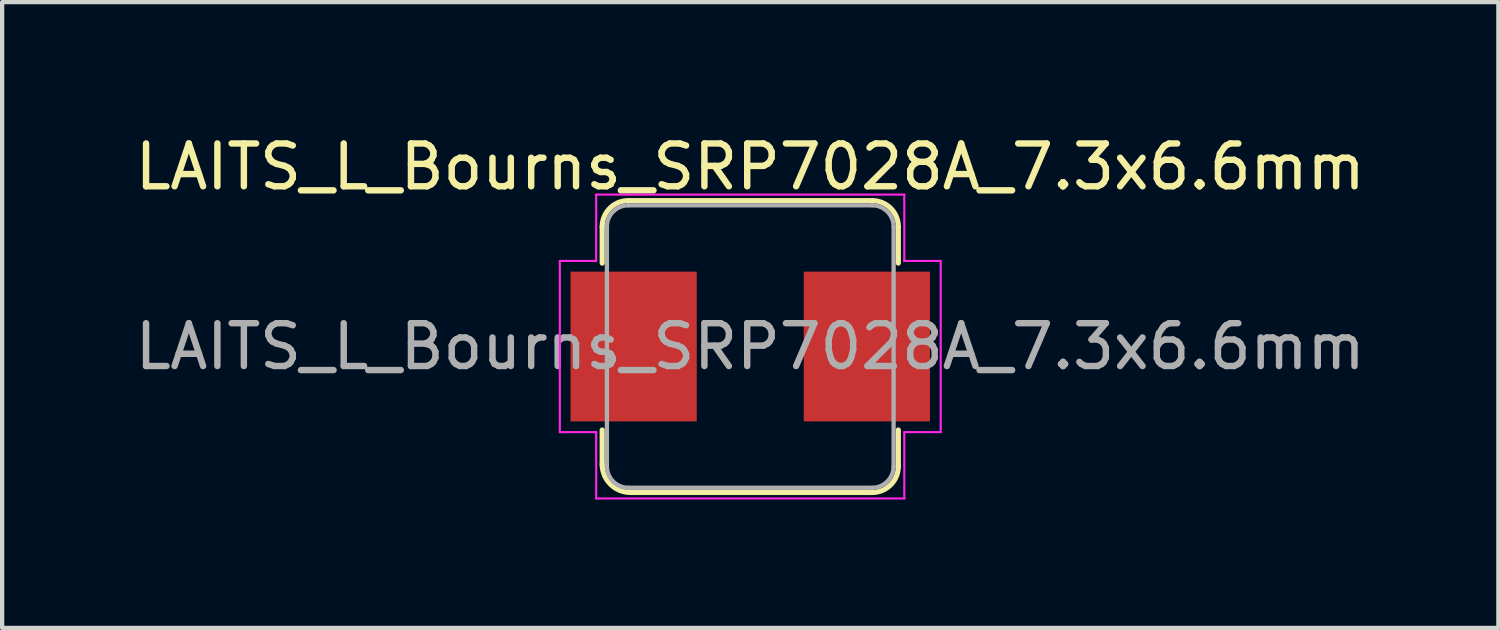
<source format=kicad_pcb>
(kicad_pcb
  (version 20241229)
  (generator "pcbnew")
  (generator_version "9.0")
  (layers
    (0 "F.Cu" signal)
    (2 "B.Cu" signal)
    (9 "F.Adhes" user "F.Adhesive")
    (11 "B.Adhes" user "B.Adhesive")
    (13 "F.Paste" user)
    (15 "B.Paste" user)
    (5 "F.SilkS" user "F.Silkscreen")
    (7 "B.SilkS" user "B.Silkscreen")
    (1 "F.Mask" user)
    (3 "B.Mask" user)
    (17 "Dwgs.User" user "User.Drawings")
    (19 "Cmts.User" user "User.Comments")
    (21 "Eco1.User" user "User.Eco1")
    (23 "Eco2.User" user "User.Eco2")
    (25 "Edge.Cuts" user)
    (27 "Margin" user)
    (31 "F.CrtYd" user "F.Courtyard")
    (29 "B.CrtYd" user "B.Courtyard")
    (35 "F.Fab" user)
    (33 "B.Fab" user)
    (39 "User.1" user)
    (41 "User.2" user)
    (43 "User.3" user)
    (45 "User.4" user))
  (footprint "LAITS_L_Bourns_SRP7028A_7.3x6.6mm"
    (layer "F.Cu")
    (at 14.482 5.048)
    (property "Reference" "LAITS_L_Bourns_SRP7028A_7.3x6.6mm" (at 0 -4.2 0) (layer "F.SilkS") (effects (font (size 1 1) (thickness 0.15))))
    (attr smd)
    (fp_line (start -3.46 -1.95) (end -3.46 -2.8) (stroke (width 0.12) (type solid)) (layer "F.SilkS"))
    (fp_line (start -3.46 2.75) (end -3.46 1.95) (stroke (width 0.12) (type solid)) (layer "F.SilkS"))
    (fp_line (start -2.85 -3.41) (end 2.85 -3.41) (stroke (width 0.12) (type solid)) (layer "F.SilkS"))
    (fp_line (start 2.85 3.41) (end -2.8 3.41) (stroke (width 0.12) (type solid)) (layer "F.SilkS"))
    (fp_line (start 3.46 -2.8) (end 3.46 -1.95) (stroke (width 0.12) (type solid)) (layer "F.SilkS"))
    (fp_line (start 3.46 1.95) (end 3.46 2.8) (stroke (width 0.12) (type solid)) (layer "F.SilkS"))
    (fp_arc (start -3.46 -2.8) (mid -3.281335 -3.231335) (end -2.85 -3.41) (stroke (width 0.12) (type solid)) (layer "F.SilkS"))
    (fp_arc (start -2.8 3.41) (mid -3.26669 3.21669) (end -3.46 2.75) (stroke (width 0.12) (type solid)) (layer "F.SilkS"))
    (fp_arc (start 2.85 -3.41) (mid 3.281335 -3.231335) (end 3.46 -2.8) (stroke (width 0.12) (type solid)) (layer "F.SilkS"))
    (fp_arc (start 3.46 2.8) (mid 3.281335 3.231335) (end 2.85 3.41) (stroke (width 0.12) (type solid)) (layer "F.SilkS"))
    (fp_line (start -4.45 -2) (end -3.6 -2) (stroke (width 0.05) (type solid)) (layer "F.CrtYd"))
    (fp_line (start -4.45 2) (end -4.45 -2) (stroke (width 0.05) (type solid)) (layer "F.CrtYd"))
    (fp_line (start -3.6 -3.55) (end 3.6 -3.55) (stroke (width 0.05) (type solid)) (layer "F.CrtYd"))
    (fp_line (start -3.6 -2) (end -3.6 -3.55) (stroke (width 0.05) (type solid)) (layer "F.CrtYd"))
    (fp_line (start -3.6 2) (end -4.45 2) (stroke (width 0.05) (type solid)) (layer "F.CrtYd"))
    (fp_line (start -3.6 3.55) (end -3.6 2) (stroke (width 0.05) (type solid)) (layer "F.CrtYd"))
    (fp_line (start 3.6 -3.55) (end 3.6 -2) (stroke (width 0.05) (type solid)) (layer "F.CrtYd"))
    (fp_line (start 3.6 -2) (end 4.45 -2) (stroke (width 0.05) (type solid)) (layer "F.CrtYd"))
    (fp_line (start 3.6 2) (end 3.6 3.55) (stroke (width 0.05) (type solid)) (layer "F.CrtYd"))
    (fp_line (start 3.6 3.55) (end -3.6 3.55) (stroke (width 0.05) (type solid)) (layer "F.CrtYd"))
    (fp_line (start 4.45 -2) (end 4.45 2) (stroke (width 0.05) (type solid)) (layer "F.CrtYd"))
    (fp_line (start 4.45 2) (end 3.6 2) (stroke (width 0.05) (type solid)) (layer "F.CrtYd"))
    (fp_line (start -3.35 2.8) (end -3.35 -2.8) (stroke (width 0.1) (type solid)) (layer "F.Fab"))
    (fp_line (start -2.85 -3.3) (end 2.85 -3.3) (stroke (width 0.1) (type solid)) (layer "F.Fab"))
    (fp_line (start 2.85 3.3) (end -2.85 3.3) (stroke (width 0.1) (type solid)) (layer "F.Fab"))
    (fp_line (start 3.35 -2.8) (end 3.35 2.8) (stroke (width 0.1) (type solid)) (layer "F.Fab"))
    (fp_arc (start -3.35 -2.8) (mid -3.203553 -3.153553) (end -2.85 -3.3) (stroke (width 0.1) (type solid)) (layer "F.Fab"))
    (fp_arc (start -2.85 3.3) (mid -3.203553 3.153553) (end -3.35 2.8) (stroke (width 0.1) (type solid)) (layer "F.Fab"))
    (fp_arc (start 2.85 -3.3) (mid 3.203553 -3.153553) (end 3.35 -2.8) (stroke (width 0.1) (type solid)) (layer "F.Fab"))
    (fp_arc (start 3.35 2.8) (mid 3.203553 3.153553) (end 2.85 3.3) (stroke (width 0.1) (type solid)) (layer "F.Fab"))
    (fp_text user "${REFERENCE}" (at 0 0 0) (layer "F.Fab") (effects (font (size 1 1) (thickness 0.15))))
    (pad "1" smd rect (at -2.725 0) (size 2.95 3.5) (layers "F.Cu" "F.Mask" "F.Paste"))
    (pad "2" smd rect (at 2.725 0) (size 2.95 3.5) (layers "F.Cu" "F.Mask" "F.Paste")))
  (gr_rect
    (start -3 -3)
    (end 31.964 11.623)
    (stroke (width 0.1) (type default))
    (fill no)
    (layer "Edge.Cuts")))
</source>
